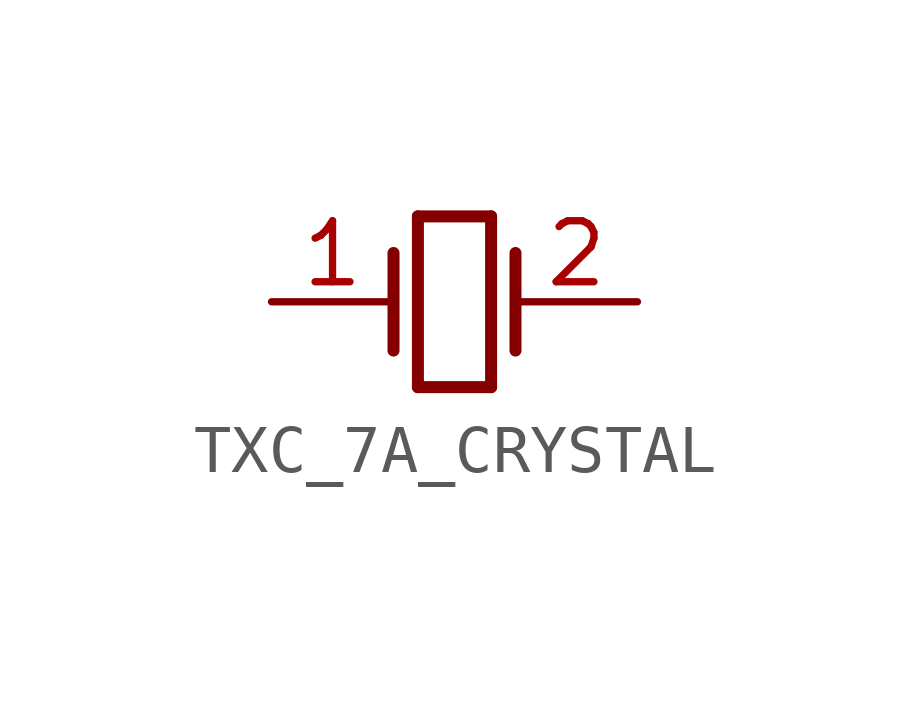
<source format=kicad_sym>
(kicad_symbol_lib
  (version 20231120)
  (generator "kicad_symbol_editor")
  (generator_version "8.0")
  (symbol "TXC_7A_CRYSTAL"
    (property "Reference" "Q"
      (at 0 0 0)
      (effects (font (size 1.27 1.27)) (hide yes)))
    (property "ki_locked" ""
      (at 0 0 0)
      (effects (font (size 1.27 1.27))))
    (symbol "TXC_7A_CRYSTAL_1_0"
      (polyline (pts (xy -1.27 1.016) (xy -1.27 -1.016)) (stroke (width 0.25) (type solid)) (fill (type none)))
      (polyline (pts (xy -0.762 -1.778) (xy -0.762 1.778)) (stroke (width 0.25) (type solid)) (fill (type none)))
      (polyline (pts (xy -0.762 1.778) (xy 0.762 1.778)) (stroke (width 0.25) (type solid)) (fill (type none)))
      (polyline (pts (xy 0.762 -1.778) (xy -0.762 -1.778)) (stroke (width 0.25) (type solid)) (fill (type none)))
      (polyline (pts (xy 0.762 1.778) (xy 0.762 -1.778)) (stroke (width 0.25) (type solid)) (fill (type none)))
      (polyline (pts (xy 1.27 1.016) (xy 1.27 -1.016)) (stroke (width 0.25) (type solid)) (fill (type none)))
      (pin passive line (at -3.81 0 0) (length 2.54) (name "OSC1" (effects (font (size 0 0)))) (number "1" (effects (font (size 1.27 1.27)))))
      (pin passive line (at 3.81 0 180) (length 2.54) (name "OSC2" (effects (font (size 0 0)))) (number "2" (effects (font (size 1.27 1.27))))))))
</source>
